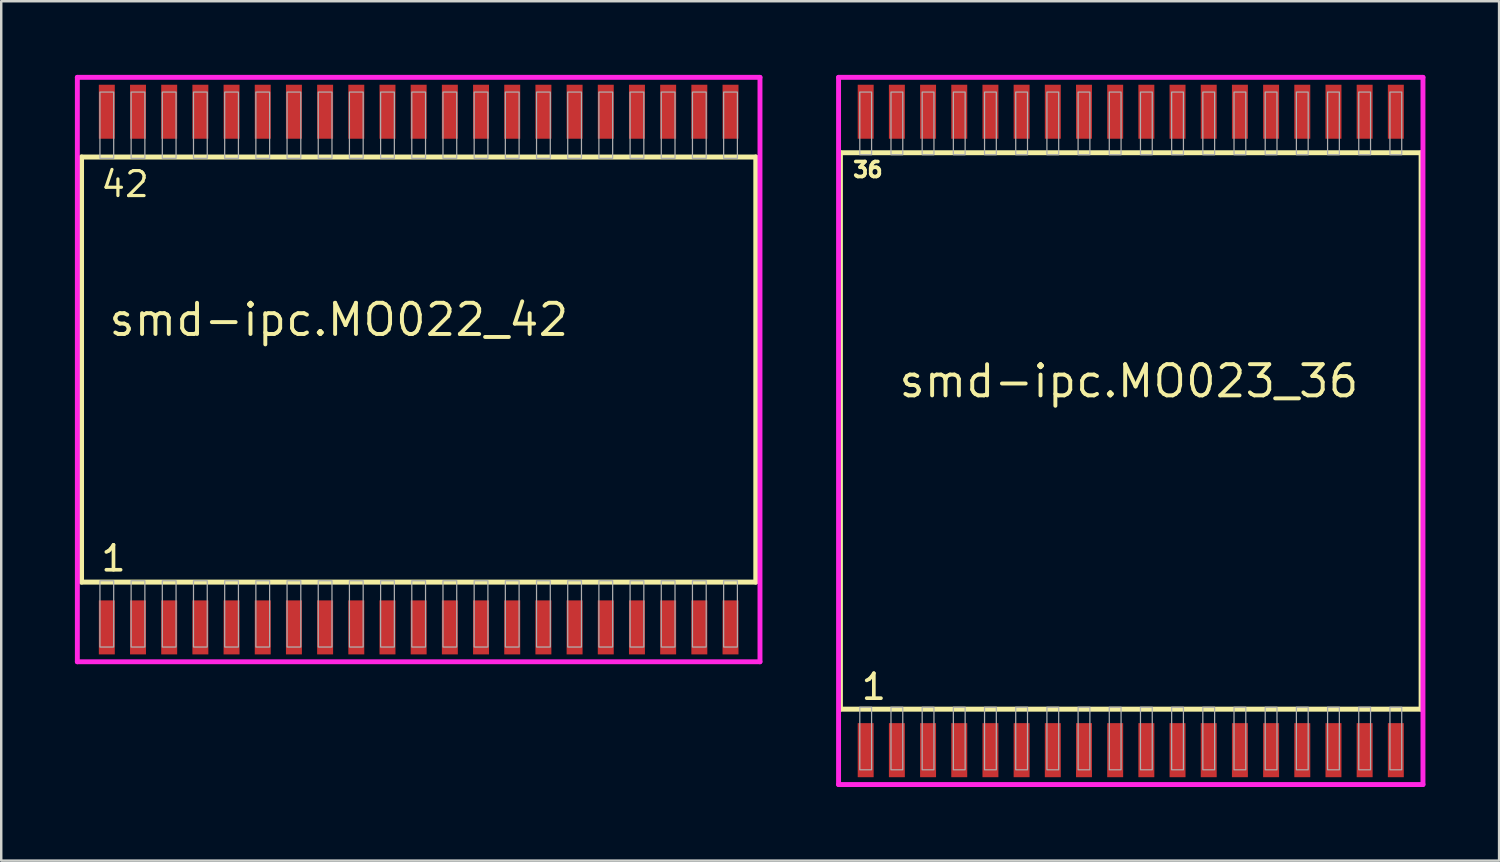
<source format=kicad_pcb>
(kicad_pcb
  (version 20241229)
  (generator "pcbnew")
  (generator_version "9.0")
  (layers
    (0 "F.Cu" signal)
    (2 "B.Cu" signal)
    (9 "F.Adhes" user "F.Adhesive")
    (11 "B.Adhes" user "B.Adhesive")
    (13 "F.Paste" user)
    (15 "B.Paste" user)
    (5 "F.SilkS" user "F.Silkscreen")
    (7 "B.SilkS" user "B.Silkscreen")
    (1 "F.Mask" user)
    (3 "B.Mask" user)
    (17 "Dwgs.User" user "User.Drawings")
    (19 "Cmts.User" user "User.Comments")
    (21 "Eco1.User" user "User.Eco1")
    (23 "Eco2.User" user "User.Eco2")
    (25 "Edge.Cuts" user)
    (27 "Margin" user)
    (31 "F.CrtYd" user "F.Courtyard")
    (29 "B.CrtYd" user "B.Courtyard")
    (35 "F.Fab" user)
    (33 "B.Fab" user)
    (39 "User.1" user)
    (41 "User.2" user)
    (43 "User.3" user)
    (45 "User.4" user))
  (footprint "smd-ipc.MO022_42"
    (layer "F.Cu")
    (at 14 12)
    (property "Reference" "smd-ipc.MO022_42" (at -12.7 -1.285 0) (layer "F.SilkS") (effects (font (size 1.27 1.27) (thickness 0.16)) (justify left bottom)))
    (attr smd)
    (fp_line (start -13.73 -8.655) (end 13.73 -8.655) (stroke (width 0.203) (type default)) (layer "F.SilkS"))
    (fp_line (start -13.73 8.655) (end -13.73 -8.655) (stroke (width 0.203) (type default)) (layer "F.SilkS"))
    (fp_line (start 13.73 -8.655) (end 13.73 8.655) (stroke (width 0.203) (type default)) (layer "F.SilkS"))
    (fp_line (start 13.73 8.655) (end -13.73 8.655) (stroke (width 0.203) (type default)) (layer "F.SilkS"))
    (fp_line (start -13.9 -11.9) (end 13.9 -11.9) (stroke (width 0.2) (type default)) (layer "F.CrtYd"))
    (fp_line (start -13.9 11.9) (end -13.9 -11.9) (stroke (width 0.2) (type default)) (layer "F.CrtYd"))
    (fp_line (start 13.9 -11.9) (end 13.9 11.9) (stroke (width 0.2) (type default)) (layer "F.CrtYd"))
    (fp_line (start 13.9 11.9) (end -13.9 11.9) (stroke (width 0.2) (type default)) (layer "F.CrtYd"))
    (fp_rect (start -12.98 -8.6) (end -12.42 -11.3) (stroke (width 0.05) (type default)) (fill no) (layer "F.Fab"))
    (fp_rect (start -12.98 11.3) (end -12.42 8.6) (stroke (width 0.05) (type default)) (fill no) (layer "F.Fab"))
    (fp_rect (start -11.71 -8.6) (end -11.15 -11.3) (stroke (width 0.05) (type default)) (fill no) (layer "F.Fab"))
    (fp_rect (start -11.71 11.3) (end -11.15 8.6) (stroke (width 0.05) (type default)) (fill no) (layer "F.Fab"))
    (fp_rect (start -10.44 -8.6) (end -9.88 -11.3) (stroke (width 0.05) (type default)) (fill no) (layer "F.Fab"))
    (fp_rect (start -10.44 11.3) (end -9.88 8.6) (stroke (width 0.05) (type default)) (fill no) (layer "F.Fab"))
    (fp_rect (start -9.17 -8.6) (end -8.61 -11.3) (stroke (width 0.05) (type default)) (fill no) (layer "F.Fab"))
    (fp_rect (start -9.17 11.3) (end -8.61 8.6) (stroke (width 0.05) (type default)) (fill no) (layer "F.Fab"))
    (fp_rect (start -7.9 -8.6) (end -7.34 -11.3) (stroke (width 0.05) (type default)) (fill no) (layer "F.Fab"))
    (fp_rect (start -7.9 11.3) (end -7.34 8.6) (stroke (width 0.05) (type default)) (fill no) (layer "F.Fab"))
    (fp_rect (start -6.63 -8.6) (end -6.07 -11.3) (stroke (width 0.05) (type default)) (fill no) (layer "F.Fab"))
    (fp_rect (start -6.63 11.3) (end -6.07 8.6) (stroke (width 0.05) (type default)) (fill no) (layer "F.Fab"))
    (fp_rect (start -5.36 -8.6) (end -4.8 -11.3) (stroke (width 0.05) (type default)) (fill no) (layer "F.Fab"))
    (fp_rect (start -5.36 11.3) (end -4.8 8.6) (stroke (width 0.05) (type default)) (fill no) (layer "F.Fab"))
    (fp_rect (start -4.09 -8.6) (end -3.53 -11.3) (stroke (width 0.05) (type default)) (fill no) (layer "F.Fab"))
    (fp_rect (start -4.09 11.3) (end -3.53 8.6) (stroke (width 0.05) (type default)) (fill no) (layer "F.Fab"))
    (fp_rect (start -2.82 -8.6) (end -2.26 -11.3) (stroke (width 0.05) (type default)) (fill no) (layer "F.Fab"))
    (fp_rect (start -2.82 11.3) (end -2.26 8.6) (stroke (width 0.05) (type default)) (fill no) (layer "F.Fab"))
    (fp_rect (start -1.55 -8.6) (end -0.99 -11.3) (stroke (width 0.05) (type default)) (fill no) (layer "F.Fab"))
    (fp_rect (start -1.55 11.3) (end -0.99 8.6) (stroke (width 0.05) (type default)) (fill no) (layer "F.Fab"))
    (fp_rect (start -0.28 -8.6) (end 0.28 -11.3) (stroke (width 0.05) (type default)) (fill no) (layer "F.Fab"))
    (fp_rect (start -0.28 11.3) (end 0.28 8.6) (stroke (width 0.05) (type default)) (fill no) (layer "F.Fab"))
    (fp_rect (start 0.99 -8.6) (end 1.55 -11.3) (stroke (width 0.05) (type default)) (fill no) (layer "F.Fab"))
    (fp_rect (start 0.99 11.3) (end 1.55 8.6) (stroke (width 0.05) (type default)) (fill no) (layer "F.Fab"))
    (fp_rect (start 2.26 -8.6) (end 2.82 -11.3) (stroke (width 0.05) (type default)) (fill no) (layer "F.Fab"))
    (fp_rect (start 2.26 11.3) (end 2.82 8.6) (stroke (width 0.05) (type default)) (fill no) (layer "F.Fab"))
    (fp_rect (start 3.53 -8.6) (end 4.09 -11.3) (stroke (width 0.05) (type default)) (fill no) (layer "F.Fab"))
    (fp_rect (start 3.53 11.3) (end 4.09 8.6) (stroke (width 0.05) (type default)) (fill no) (layer "F.Fab"))
    (fp_rect (start 4.8 -8.6) (end 5.36 -11.3) (stroke (width 0.05) (type default)) (fill no) (layer "F.Fab"))
    (fp_rect (start 4.8 11.3) (end 5.36 8.6) (stroke (width 0.05) (type default)) (fill no) (layer "F.Fab"))
    (fp_rect (start 6.07 -8.6) (end 6.63 -11.3) (stroke (width 0.05) (type default)) (fill no) (layer "F.Fab"))
    (fp_rect (start 6.07 11.3) (end 6.63 8.6) (stroke (width 0.05) (type default)) (fill no) (layer "F.Fab"))
    (fp_rect (start 7.34 -8.6) (end 7.9 -11.3) (stroke (width 0.05) (type default)) (fill no) (layer "F.Fab"))
    (fp_rect (start 7.34 11.3) (end 7.9 8.6) (stroke (width 0.05) (type default)) (fill no) (layer "F.Fab"))
    (fp_rect (start 8.61 -8.6) (end 9.17 -11.3) (stroke (width 0.05) (type default)) (fill no) (layer "F.Fab"))
    (fp_rect (start 8.61 11.3) (end 9.17 8.6) (stroke (width 0.05) (type default)) (fill no) (layer "F.Fab"))
    (fp_rect (start 9.88 -8.6) (end 10.44 -11.3) (stroke (width 0.05) (type default)) (fill no) (layer "F.Fab"))
    (fp_rect (start 9.88 11.3) (end 10.44 8.6) (stroke (width 0.05) (type default)) (fill no) (layer "F.Fab"))
    (fp_rect (start 11.15 -8.6) (end 11.71 -11.3) (stroke (width 0.05) (type default)) (fill no) (layer "F.Fab"))
    (fp_rect (start 11.15 11.3) (end 11.71 8.6) (stroke (width 0.05) (type default)) (fill no) (layer "F.Fab"))
    (fp_rect (start 12.42 -8.6) (end 12.98 -11.3) (stroke (width 0.05) (type default)) (fill no) (layer "F.Fab"))
    (fp_rect (start 12.42 11.3) (end 12.98 8.6) (stroke (width 0.05) (type default)) (fill no) (layer "F.Fab"))
    (fp_text user "1" (at -13.011 8.285 0) (layer "F.SilkS") (effects (font (size 1.016 1.016) (thickness 0.15)) (justify left bottom)))
    (fp_text user "42" (at -13.011 -6.955 0) (layer "F.SilkS") (effects (font (size 1.016 1.016) (thickness 0.13)) (justify left bottom)))
    (pad "1" smd roundrect (at -12.7 10.5) (size 0.65 2.2) (layers "F.Cu" "F.Mask" "F.Paste") (roundrect_rratio 0.01))
    (pad "2" smd roundrect (at -11.43 10.5) (size 0.65 2.2) (layers "F.Cu" "F.Mask" "F.Paste") (roundrect_rratio 0.01))
    (pad "3" smd roundrect (at -10.16 10.5) (size 0.65 2.2) (layers "F.Cu" "F.Mask" "F.Paste") (roundrect_rratio 0.01))
    (pad "4" smd roundrect (at -8.89 10.5) (size 0.65 2.2) (layers "F.Cu" "F.Mask" "F.Paste") (roundrect_rratio 0.01))
    (pad "5" smd roundrect (at -7.62 10.5) (size 0.65 2.2) (layers "F.Cu" "F.Mask" "F.Paste") (roundrect_rratio 0.01))
    (pad "6" smd roundrect (at -6.35 10.5) (size 0.65 2.2) (layers "F.Cu" "F.Mask" "F.Paste") (roundrect_rratio 0.01))
    (pad "7" smd roundrect (at -5.08 10.5) (size 0.65 2.2) (layers "F.Cu" "F.Mask" "F.Paste") (roundrect_rratio 0.01))
    (pad "8" smd roundrect (at -3.81 10.5) (size 0.65 2.2) (layers "F.Cu" "F.Mask" "F.Paste") (roundrect_rratio 0.01))
    (pad "9" smd roundrect (at -2.54 10.5) (size 0.65 2.2) (layers "F.Cu" "F.Mask" "F.Paste") (roundrect_rratio 0.01))
    (pad "10" smd roundrect (at -1.27 10.5) (size 0.65 2.2) (layers "F.Cu" "F.Mask" "F.Paste") (roundrect_rratio 0.01))
    (pad "11" smd roundrect (at 0 10.5) (size 0.65 2.2) (layers "F.Cu" "F.Mask" "F.Paste") (roundrect_rratio 0.01))
    (pad "12" smd roundrect (at 1.27 10.5) (size 0.65 2.2) (layers "F.Cu" "F.Mask" "F.Paste") (roundrect_rratio 0.01))
    (pad "13" smd roundrect (at 2.54 10.5) (size 0.65 2.2) (layers "F.Cu" "F.Mask" "F.Paste") (roundrect_rratio 0.01))
    (pad "14" smd roundrect (at 3.81 10.5) (size 0.65 2.2) (layers "F.Cu" "F.Mask" "F.Paste") (roundrect_rratio 0.01))
    (pad "15" smd roundrect (at 5.08 10.5) (size 0.65 2.2) (layers "F.Cu" "F.Mask" "F.Paste") (roundrect_rratio 0.01))
    (pad "16" smd roundrect (at 6.35 10.5) (size 0.65 2.2) (layers "F.Cu" "F.Mask" "F.Paste") (roundrect_rratio 0.01))
    (pad "17" smd roundrect (at 7.62 10.5) (size 0.65 2.2) (layers "F.Cu" "F.Mask" "F.Paste") (roundrect_rratio 0.01))
    (pad "18" smd roundrect (at 8.89 10.5) (size 0.65 2.2) (layers "F.Cu" "F.Mask" "F.Paste") (roundrect_rratio 0.01))
    (pad "19" smd roundrect (at 10.16 10.5) (size 0.65 2.2) (layers "F.Cu" "F.Mask" "F.Paste") (roundrect_rratio 0.01))
    (pad "20" smd roundrect (at 11.43 10.5) (size 0.65 2.2) (layers "F.Cu" "F.Mask" "F.Paste") (roundrect_rratio 0.01))
    (pad "21" smd roundrect (at 12.7 10.5) (size 0.65 2.2) (layers "F.Cu" "F.Mask" "F.Paste") (roundrect_rratio 0.01))
    (pad "22" smd roundrect (at 12.7 -10.5) (size 0.65 2.2) (layers "F.Cu" "F.Mask" "F.Paste") (roundrect_rratio 0.01))
    (pad "23" smd roundrect (at 11.43 -10.5) (size 0.65 2.2) (layers "F.Cu" "F.Mask" "F.Paste") (roundrect_rratio 0.01))
    (pad "24" smd roundrect (at 10.16 -10.5) (size 0.65 2.2) (layers "F.Cu" "F.Mask" "F.Paste") (roundrect_rratio 0.01))
    (pad "25" smd roundrect (at 8.89 -10.5) (size 0.65 2.2) (layers "F.Cu" "F.Mask" "F.Paste") (roundrect_rratio 0.01))
    (pad "26" smd roundrect (at 7.62 -10.5) (size 0.65 2.2) (layers "F.Cu" "F.Mask" "F.Paste") (roundrect_rratio 0.01))
    (pad "27" smd roundrect (at 6.35 -10.5) (size 0.65 2.2) (layers "F.Cu" "F.Mask" "F.Paste") (roundrect_rratio 0.01))
    (pad "28" smd roundrect (at 5.08 -10.5) (size 0.65 2.2) (layers "F.Cu" "F.Mask" "F.Paste") (roundrect_rratio 0.01))
    (pad "29" smd roundrect (at 3.81 -10.5) (size 0.65 2.2) (layers "F.Cu" "F.Mask" "F.Paste") (roundrect_rratio 0.01))
    (pad "30" smd roundrect (at 2.54 -10.5) (size 0.65 2.2) (layers "F.Cu" "F.Mask" "F.Paste") (roundrect_rratio 0.01))
    (pad "31" smd roundrect (at 1.27 -10.5) (size 0.65 2.2) (layers "F.Cu" "F.Mask" "F.Paste") (roundrect_rratio 0.01))
    (pad "32" smd roundrect (at 0 -10.5) (size 0.65 2.2) (layers "F.Cu" "F.Mask" "F.Paste") (roundrect_rratio 0.01))
    (pad "33" smd roundrect (at -1.27 -10.5) (size 0.65 2.2) (layers "F.Cu" "F.Mask" "F.Paste") (roundrect_rratio 0.01))
    (pad "34" smd roundrect (at -2.54 -10.5) (size 0.65 2.2) (layers "F.Cu" "F.Mask" "F.Paste") (roundrect_rratio 0.01))
    (pad "35" smd roundrect (at -3.81 -10.5) (size 0.65 2.2) (layers "F.Cu" "F.Mask" "F.Paste") (roundrect_rratio 0.01))
    (pad "36" smd roundrect (at -5.08 -10.5) (size 0.65 2.2) (layers "F.Cu" "F.Mask" "F.Paste") (roundrect_rratio 0.01))
    (pad "37" smd roundrect (at -6.35 -10.5) (size 0.65 2.2) (layers "F.Cu" "F.Mask" "F.Paste") (roundrect_rratio 0.01))
    (pad "38" smd roundrect (at -7.62 -10.5) (size 0.65 2.2) (layers "F.Cu" "F.Mask" "F.Paste") (roundrect_rratio 0.01))
    (pad "39" smd roundrect (at -8.89 -10.5) (size 0.65 2.2) (layers "F.Cu" "F.Mask" "F.Paste") (roundrect_rratio 0.01))
    (pad "40" smd roundrect (at -10.16 -10.5) (size 0.65 2.2) (layers "F.Cu" "F.Mask" "F.Paste") (roundrect_rratio 0.01))
    (pad "41" smd roundrect (at -11.43 -10.5) (size 0.65 2.2) (layers "F.Cu" "F.Mask" "F.Paste") (roundrect_rratio 0.01))
    (pad "42" smd roundrect (at -12.7 -10.5) (size 0.65 2.2) (layers "F.Cu" "F.Mask" "F.Paste") (roundrect_rratio 0.01)))
  (footprint "smd-ipc.MO023_36"
    (layer "F.Cu")
    (at 43 14.5)
    (property "Reference" "smd-ipc.MO023_36" (at -9.525 -1.285 0) (layer "F.SilkS") (effects (font (size 1.27 1.27) (thickness 0.16)) (justify left bottom)))
    (attr smd)
    (fp_line (start -11.825 -11.33) (end 11.825 -11.33) (stroke (width 0.203) (type default)) (layer "F.SilkS"))
    (fp_line (start -11.825 11.33) (end -11.825 -11.33) (stroke (width 0.203) (type default)) (layer "F.SilkS"))
    (fp_line (start 11.825 -11.33) (end 11.825 11.33) (stroke (width 0.203) (type default)) (layer "F.SilkS"))
    (fp_line (start 11.825 11.33) (end -11.825 11.33) (stroke (width 0.203) (type default)) (layer "F.SilkS"))
    (fp_line (start -11.9 -14.4) (end 11.9 -14.4) (stroke (width 0.2) (type default)) (layer "F.CrtYd"))
    (fp_line (start -11.9 14.4) (end -11.9 -14.4) (stroke (width 0.2) (type default)) (layer "F.CrtYd"))
    (fp_line (start 11.9 -14.4) (end 11.9 14.4) (stroke (width 0.2) (type default)) (layer "F.CrtYd"))
    (fp_line (start 11.9 14.4) (end -11.9 14.4) (stroke (width 0.2) (type default)) (layer "F.CrtYd"))
    (fp_rect (start -11.035 -11.25) (end -10.555 -13.8) (stroke (width 0.05) (type default)) (fill no) (layer "F.Fab"))
    (fp_rect (start -11.035 13.8) (end -10.555 11.25) (stroke (width 0.05) (type default)) (fill no) (layer "F.Fab"))
    (fp_rect (start -9.765 -11.25) (end -9.285 -13.8) (stroke (width 0.05) (type default)) (fill no) (layer "F.Fab"))
    (fp_rect (start -9.765 13.8) (end -9.285 11.25) (stroke (width 0.05) (type default)) (fill no) (layer "F.Fab"))
    (fp_rect (start -8.495 -11.25) (end -8.015 -13.8) (stroke (width 0.05) (type default)) (fill no) (layer "F.Fab"))
    (fp_rect (start -8.495 13.8) (end -8.015 11.25) (stroke (width 0.05) (type default)) (fill no) (layer "F.Fab"))
    (fp_rect (start -7.225 -11.25) (end -6.745 -13.8) (stroke (width 0.05) (type default)) (fill no) (layer "F.Fab"))
    (fp_rect (start -7.225 13.8) (end -6.745 11.25) (stroke (width 0.05) (type default)) (fill no) (layer "F.Fab"))
    (fp_rect (start -5.955 -11.25) (end -5.475 -13.8) (stroke (width 0.05) (type default)) (fill no) (layer "F.Fab"))
    (fp_rect (start -5.955 13.8) (end -5.475 11.25) (stroke (width 0.05) (type default)) (fill no) (layer "F.Fab"))
    (fp_rect (start -4.685 -11.25) (end -4.205 -13.8) (stroke (width 0.05) (type default)) (fill no) (layer "F.Fab"))
    (fp_rect (start -4.685 13.8) (end -4.205 11.25) (stroke (width 0.05) (type default)) (fill no) (layer "F.Fab"))
    (fp_rect (start -3.415 -11.25) (end -2.935 -13.8) (stroke (width 0.05) (type default)) (fill no) (layer "F.Fab"))
    (fp_rect (start -3.415 13.8) (end -2.935 11.25) (stroke (width 0.05) (type default)) (fill no) (layer "F.Fab"))
    (fp_rect (start -2.145 -11.25) (end -1.665 -13.8) (stroke (width 0.05) (type default)) (fill no) (layer "F.Fab"))
    (fp_rect (start -2.145 13.8) (end -1.665 11.25) (stroke (width 0.05) (type default)) (fill no) (layer "F.Fab"))
    (fp_rect (start -0.875 -11.25) (end -0.395 -13.8) (stroke (width 0.05) (type default)) (fill no) (layer "F.Fab"))
    (fp_rect (start -0.875 13.8) (end -0.395 11.25) (stroke (width 0.05) (type default)) (fill no) (layer "F.Fab"))
    (fp_rect (start 0.395 -11.25) (end 0.875 -13.8) (stroke (width 0.05) (type default)) (fill no) (layer "F.Fab"))
    (fp_rect (start 0.395 13.8) (end 0.875 11.25) (stroke (width 0.05) (type default)) (fill no) (layer "F.Fab"))
    (fp_rect (start 1.665 -11.25) (end 2.145 -13.8) (stroke (width 0.05) (type default)) (fill no) (layer "F.Fab"))
    (fp_rect (start 1.665 13.8) (end 2.145 11.25) (stroke (width 0.05) (type default)) (fill no) (layer "F.Fab"))
    (fp_rect (start 2.935 -11.25) (end 3.415 -13.8) (stroke (width 0.05) (type default)) (fill no) (layer "F.Fab"))
    (fp_rect (start 2.935 13.8) (end 3.415 11.25) (stroke (width 0.05) (type default)) (fill no) (layer "F.Fab"))
    (fp_rect (start 4.205 -11.25) (end 4.685 -13.8) (stroke (width 0.05) (type default)) (fill no) (layer "F.Fab"))
    (fp_rect (start 4.205 13.8) (end 4.685 11.25) (stroke (width 0.05) (type default)) (fill no) (layer "F.Fab"))
    (fp_rect (start 5.475 -11.25) (end 5.955 -13.8) (stroke (width 0.05) (type default)) (fill no) (layer "F.Fab"))
    (fp_rect (start 5.475 13.8) (end 5.955 11.25) (stroke (width 0.05) (type default)) (fill no) (layer "F.Fab"))
    (fp_rect (start 6.745 -11.25) (end 7.225 -13.8) (stroke (width 0.05) (type default)) (fill no) (layer "F.Fab"))
    (fp_rect (start 6.745 13.8) (end 7.225 11.25) (stroke (width 0.05) (type default)) (fill no) (layer "F.Fab"))
    (fp_rect (start 8.015 -11.25) (end 8.495 -13.8) (stroke (width 0.05) (type default)) (fill no) (layer "F.Fab"))
    (fp_rect (start 8.015 13.8) (end 8.495 11.25) (stroke (width 0.05) (type default)) (fill no) (layer "F.Fab"))
    (fp_rect (start 9.285 -11.25) (end 9.765 -13.8) (stroke (width 0.05) (type default)) (fill no) (layer "F.Fab"))
    (fp_rect (start 9.285 13.8) (end 9.765 11.25) (stroke (width 0.05) (type default)) (fill no) (layer "F.Fab"))
    (fp_rect (start 10.555 -11.25) (end 11.035 -13.8) (stroke (width 0.05) (type default)) (fill no) (layer "F.Fab"))
    (fp_rect (start 10.555 13.8) (end 11.035 11.25) (stroke (width 0.05) (type default)) (fill no) (layer "F.Fab"))
    (fp_text user "1" (at -11.046 11.015 0) (layer "F.SilkS") (effects (font (size 1.016 1.016) (thickness 0.15)) (justify left bottom)))
    (fp_text user "36" (at -11.386 -10.28 0) (layer "F.SilkS") (effects (font (size 0.61 0.61) (thickness 0.15)) (justify left bottom)))
    (pad "1" smd roundrect (at -10.795 13) (size 0.65 2.2) (layers "F.Cu" "F.Mask" "F.Paste") (roundrect_rratio 0.01))
    (pad "2" smd roundrect (at -9.525 13) (size 0.65 2.2) (layers "F.Cu" "F.Mask" "F.Paste") (roundrect_rratio 0.01))
    (pad "3" smd roundrect (at -8.255 13) (size 0.65 2.2) (layers "F.Cu" "F.Mask" "F.Paste") (roundrect_rratio 0.01))
    (pad "4" smd roundrect (at -6.985 13) (size 0.65 2.2) (layers "F.Cu" "F.Mask" "F.Paste") (roundrect_rratio 0.01))
    (pad "5" smd roundrect (at -5.715 13) (size 0.65 2.2) (layers "F.Cu" "F.Mask" "F.Paste") (roundrect_rratio 0.01))
    (pad "6" smd roundrect (at -4.445 13) (size 0.65 2.2) (layers "F.Cu" "F.Mask" "F.Paste") (roundrect_rratio 0.01))
    (pad "7" smd roundrect (at -3.175 13) (size 0.65 2.2) (layers "F.Cu" "F.Mask" "F.Paste") (roundrect_rratio 0.01))
    (pad "8" smd roundrect (at -1.905 13) (size 0.65 2.2) (layers "F.Cu" "F.Mask" "F.Paste") (roundrect_rratio 0.01))
    (pad "9" smd roundrect (at -0.635 13) (size 0.65 2.2) (layers "F.Cu" "F.Mask" "F.Paste") (roundrect_rratio 0.01))
    (pad "10" smd roundrect (at 0.635 13) (size 0.65 2.2) (layers "F.Cu" "F.Mask" "F.Paste") (roundrect_rratio 0.01))
    (pad "11" smd roundrect (at 1.905 13) (size 0.65 2.2) (layers "F.Cu" "F.Mask" "F.Paste") (roundrect_rratio 0.01))
    (pad "12" smd roundrect (at 3.175 13) (size 0.65 2.2) (layers "F.Cu" "F.Mask" "F.Paste") (roundrect_rratio 0.01))
    (pad "13" smd roundrect (at 4.445 13) (size 0.65 2.2) (layers "F.Cu" "F.Mask" "F.Paste") (roundrect_rratio 0.01))
    (pad "14" smd roundrect (at 5.715 13) (size 0.65 2.2) (layers "F.Cu" "F.Mask" "F.Paste") (roundrect_rratio 0.01))
    (pad "15" smd roundrect (at 6.985 13) (size 0.65 2.2) (layers "F.Cu" "F.Mask" "F.Paste") (roundrect_rratio 0.01))
    (pad "16" smd roundrect (at 8.255 13) (size 0.65 2.2) (layers "F.Cu" "F.Mask" "F.Paste") (roundrect_rratio 0.01))
    (pad "17" smd roundrect (at 9.525 13) (size 0.65 2.2) (layers "F.Cu" "F.Mask" "F.Paste") (roundrect_rratio 0.01))
    (pad "18" smd roundrect (at 10.795 13) (size 0.65 2.2) (layers "F.Cu" "F.Mask" "F.Paste") (roundrect_rratio 0.01))
    (pad "19" smd roundrect (at 10.795 -13) (size 0.65 2.2) (layers "F.Cu" "F.Mask" "F.Paste") (roundrect_rratio 0.01))
    (pad "20" smd roundrect (at 9.525 -13) (size 0.65 2.2) (layers "F.Cu" "F.Mask" "F.Paste") (roundrect_rratio 0.01))
    (pad "21" smd roundrect (at 8.255 -13) (size 0.65 2.2) (layers "F.Cu" "F.Mask" "F.Paste") (roundrect_rratio 0.01))
    (pad "22" smd roundrect (at 6.985 -13) (size 0.65 2.2) (layers "F.Cu" "F.Mask" "F.Paste") (roundrect_rratio 0.01))
    (pad "23" smd roundrect (at 5.715 -13) (size 0.65 2.2) (layers "F.Cu" "F.Mask" "F.Paste") (roundrect_rratio 0.01))
    (pad "24" smd roundrect (at 4.445 -13) (size 0.65 2.2) (layers "F.Cu" "F.Mask" "F.Paste") (roundrect_rratio 0.01))
    (pad "25" smd roundrect (at 3.175 -13) (size 0.65 2.2) (layers "F.Cu" "F.Mask" "F.Paste") (roundrect_rratio 0.01))
    (pad "26" smd roundrect (at 1.905 -13) (size 0.65 2.2) (layers "F.Cu" "F.Mask" "F.Paste") (roundrect_rratio 0.01))
    (pad "27" smd roundrect (at 0.635 -13) (size 0.65 2.2) (layers "F.Cu" "F.Mask" "F.Paste") (roundrect_rratio 0.01))
    (pad "28" smd roundrect (at -0.635 -13) (size 0.65 2.2) (layers "F.Cu" "F.Mask" "F.Paste") (roundrect_rratio 0.01))
    (pad "29" smd roundrect (at -1.905 -13) (size 0.65 2.2) (layers "F.Cu" "F.Mask" "F.Paste") (roundrect_rratio 0.01))
    (pad "30" smd roundrect (at -3.175 -13) (size 0.65 2.2) (layers "F.Cu" "F.Mask" "F.Paste") (roundrect_rratio 0.01))
    (pad "31" smd roundrect (at -4.445 -13) (size 0.65 2.2) (layers "F.Cu" "F.Mask" "F.Paste") (roundrect_rratio 0.01))
    (pad "32" smd roundrect (at -5.715 -13) (size 0.65 2.2) (layers "F.Cu" "F.Mask" "F.Paste") (roundrect_rratio 0.01))
    (pad "33" smd roundrect (at -6.985 -13) (size 0.65 2.2) (layers "F.Cu" "F.Mask" "F.Paste") (roundrect_rratio 0.01))
    (pad "34" smd roundrect (at -8.255 -13) (size 0.65 2.2) (layers "F.Cu" "F.Mask" "F.Paste") (roundrect_rratio 0.01))
    (pad "35" smd roundrect (at -9.525 -13) (size 0.65 2.2) (layers "F.Cu" "F.Mask" "F.Paste") (roundrect_rratio 0.01))
    (pad "36" smd roundrect (at -10.795 -13) (size 0.65 2.2) (layers "F.Cu" "F.Mask" "F.Paste") (roundrect_rratio 0.01)))
  (gr_rect
    (start -3 -3)
    (end 58 32)
    (stroke (width 0.1) (type default))
    (fill no)
    (layer "Edge.Cuts")))
</source>
